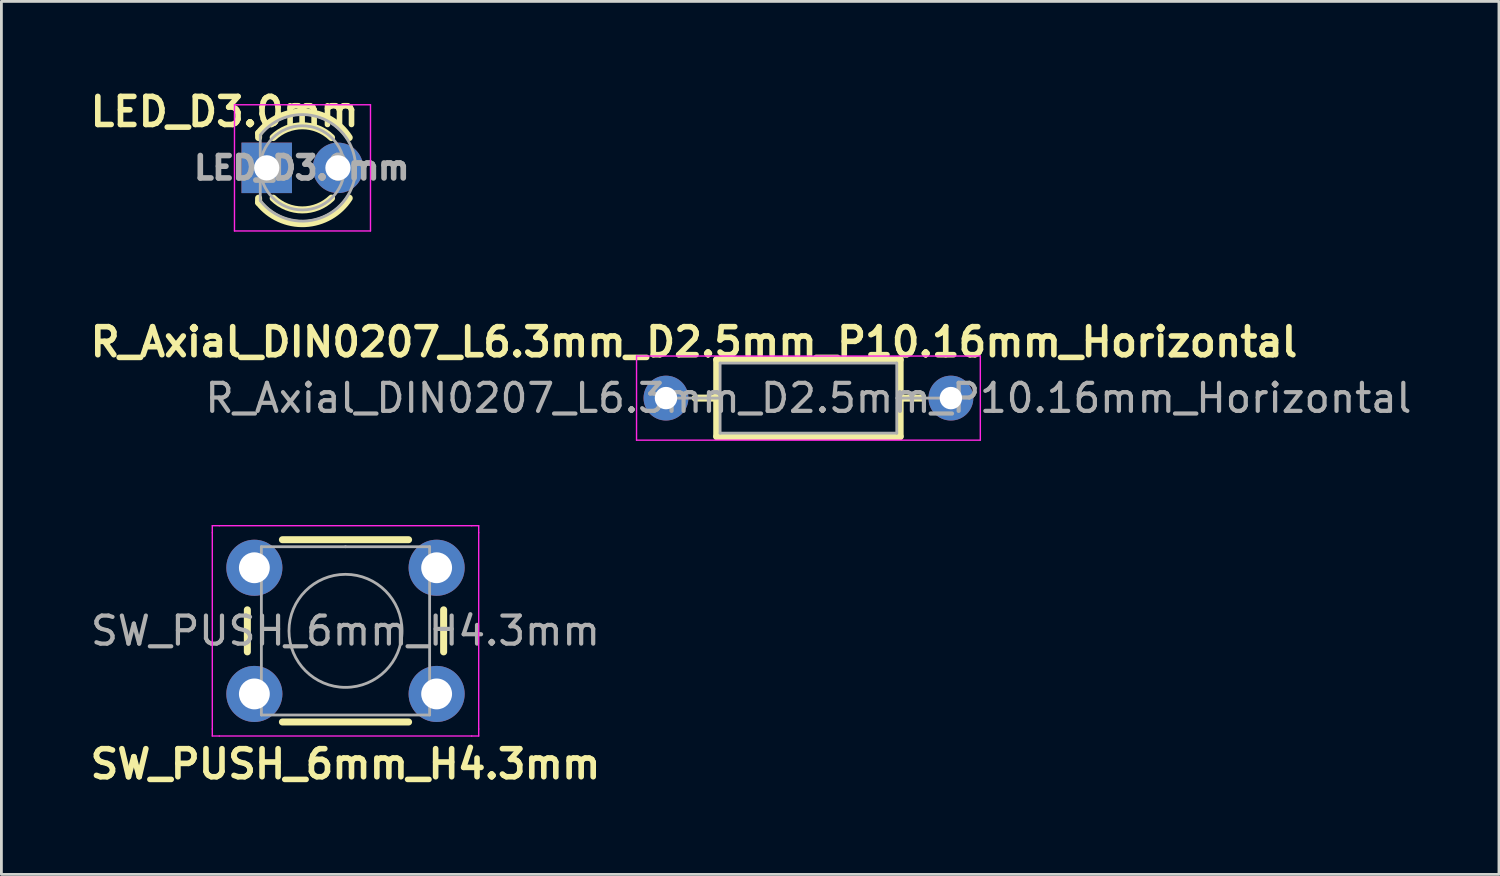
<source format=kicad_pcb>
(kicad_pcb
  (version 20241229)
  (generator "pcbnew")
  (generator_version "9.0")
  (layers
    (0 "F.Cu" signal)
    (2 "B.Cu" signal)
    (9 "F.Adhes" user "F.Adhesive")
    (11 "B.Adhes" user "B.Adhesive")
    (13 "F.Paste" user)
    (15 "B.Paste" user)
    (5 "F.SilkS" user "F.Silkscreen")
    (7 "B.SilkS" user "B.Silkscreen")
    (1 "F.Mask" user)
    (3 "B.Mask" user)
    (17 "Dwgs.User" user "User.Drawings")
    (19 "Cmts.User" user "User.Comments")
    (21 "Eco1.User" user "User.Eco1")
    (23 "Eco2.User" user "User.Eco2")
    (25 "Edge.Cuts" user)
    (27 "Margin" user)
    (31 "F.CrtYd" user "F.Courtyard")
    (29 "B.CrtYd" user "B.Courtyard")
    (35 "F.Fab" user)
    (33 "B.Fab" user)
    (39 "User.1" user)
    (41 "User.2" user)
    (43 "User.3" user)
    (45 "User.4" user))
  (footprint "R_Axial_DIN0207_L6.3mm_D2.5mm_P10.16mm_Horizontal"
    (layer "F.Cu")
    (at 20.7 11.147)
    (property "Reference" "R_Axial_DIN0207_L6.3mm_D2.5mm_P10.16mm_Horizontal" (at 1 -2 0) (layer "F.SilkS") (effects (font (size 1 1) (thickness 0.2) (bold yes))))
    (attr through_hole)
    (fp_line (start 1.04 0) (end 1.81 0) (stroke (width 0.25) (type solid)) (layer "F.SilkS"))
    (fp_line (start 1.81 -1.37) (end 1.81 1.37) (stroke (width 0.25) (type solid)) (layer "F.SilkS"))
    (fp_line (start 1.81 1.37) (end 8.35 1.37) (stroke (width 0.25) (type solid)) (layer "F.SilkS"))
    (fp_line (start 8.35 -1.37) (end 1.81 -1.37) (stroke (width 0.25) (type solid)) (layer "F.SilkS"))
    (fp_line (start 8.35 1.37) (end 8.35 -1.37) (stroke (width 0.25) (type solid)) (layer "F.SilkS"))
    (fp_line (start 9.12 0) (end 8.35 0) (stroke (width 0.25) (type solid)) (layer "F.SilkS"))
    (fp_line (start -1.05 -1.5) (end -1.05 1.5) (stroke (width 0.05) (type solid)) (layer "F.CrtYd"))
    (fp_line (start -1.05 1.5) (end 11.21 1.5) (stroke (width 0.05) (type solid)) (layer "F.CrtYd"))
    (fp_line (start 11.21 -1.5) (end -1.05 -1.5) (stroke (width 0.05) (type solid)) (layer "F.CrtYd"))
    (fp_line (start 11.21 1.5) (end 11.21 -1.5) (stroke (width 0.05) (type solid)) (layer "F.CrtYd"))
    (fp_line (start 0 0) (end 1.93 0) (stroke (width 0.1) (type solid)) (layer "F.Fab"))
    (fp_line (start 1.93 -1.25) (end 1.93 1.25) (stroke (width 0.1) (type solid)) (layer "F.Fab"))
    (fp_line (start 1.93 1.25) (end 8.23 1.25) (stroke (width 0.1) (type solid)) (layer "F.Fab"))
    (fp_line (start 8.23 -1.25) (end 1.93 -1.25) (stroke (width 0.1) (type solid)) (layer "F.Fab"))
    (fp_line (start 8.23 1.25) (end 8.23 -1.25) (stroke (width 0.1) (type solid)) (layer "F.Fab"))
    (fp_line (start 10.16 0) (end 8.23 0) (stroke (width 0.1) (type solid)) (layer "F.Fab"))
    (fp_text user "${REFERENCE}" (at 5.08 0 0) (layer "F.Fab") (effects (font (size 1 1) (thickness 0.15))))
    (pad "1" thru_hole circle (at 0 0) (size 1.6 1.6) (drill 0.8) (layers "*.Cu" "*.Mask"))
    (pad "2" thru_hole oval (at 10.16 0) (size 1.6 1.6) (drill 0.8) (layers "*.Cu" "*.Mask")))
  (footprint "LED_D3.0mm"
    (layer "F.Cu")
    (at 6.462 2.936)
    (property "Reference" "LED_D3.0mm" (at -1.5 -2 0) (layer "F.SilkS") (effects (font (size 1 1) (thickness 0.2) (bold yes))))
    (attr through_hole)
    (fp_line (start -0.29 -1.236) (end -0.29 -1.08) (stroke (width 0.25) (type solid)) (layer "F.SilkS"))
    (fp_line (start -0.29 1.08) (end -0.29 1.236) (stroke (width 0.25) (type solid)) (layer "F.SilkS"))
    (fp_arc (start -0.29 -1.235516) (mid 1.366487 -1.987659) (end 2.942335 -1.078608) (stroke (width 0.25) (type solid)) (layer "F.SilkS"))
    (fp_arc (start 0.229039 -1.08) (mid 1.270117 -1.499999) (end 2.31113 -1.079837) (stroke (width 0.25) (type solid)) (layer "F.SilkS"))
    (fp_arc (start 2.31113 1.079837) (mid 1.270117 1.500001) (end 0.229039 1.08) (stroke (width 0.25) (type solid)) (layer "F.SilkS"))
    (fp_arc (start 2.942335 1.078608) (mid 1.366487 1.98766) (end -0.29 1.235516) (stroke (width 0.25) (type solid)) (layer "F.SilkS"))
    (fp_line (start -1.15 -2.25) (end -1.15 2.25) (stroke (width 0.05) (type solid)) (layer "F.CrtYd"))
    (fp_line (start -1.15 2.25) (end 3.7 2.25) (stroke (width 0.05) (type solid)) (layer "F.CrtYd"))
    (fp_line (start 3.7 -2.25) (end -1.15 -2.25) (stroke (width 0.05) (type solid)) (layer "F.CrtYd"))
    (fp_line (start 3.7 2.25) (end 3.7 -2.25) (stroke (width 0.05) (type solid)) (layer "F.CrtYd"))
    (fp_line (start -0.23 -1.166) (end -0.23 1.166) (stroke (width 0.1) (type solid)) (layer "F.Fab"))
    (fp_arc (start -0.23 -1.16619) (mid 3.17 0.000452) (end -0.230555 1.165476) (stroke (width 0.1) (type solid)) (layer "F.Fab"))
    (fp_circle (center 1.27 0) (end 2.77 0) (stroke (width 0.1) (type solid)) (fill no) (layer "F.Fab"))
    (fp_text user "${REFERENCE}" (at 1.25 0 0) (layer "F.Fab") (effects (font (size 0.8 0.8) (thickness 0.2))))
    (pad "1" thru_hole rect (at 0 0) (size 1.8 1.8) (drill 0.9) (layers "*.Cu" "*.Mask"))
    (pad "2" thru_hole circle (at 2.54 0) (size 1.8 1.8) (drill 0.9) (layers "*.Cu" "*.Mask")))
  (footprint "SW_PUSH_6mm_H4.3mm"
    (layer "F.Cu")
    (at 6.021 17.197)
    (property "Reference" "SW_PUSH_6mm_H4.3mm" (at 3.25 7 0) (layer "F.SilkS") (effects (font (size 1 1) (thickness 0.2) (bold yes))))
    (attr through_hole)
    (fp_line (start -0.25 1.5) (end -0.25 3) (stroke (width 0.25) (type solid)) (layer "F.SilkS"))
    (fp_line (start 1 5.5) (end 5.5 5.5) (stroke (width 0.25) (type solid)) (layer "F.SilkS"))
    (fp_line (start 5.5 -1) (end 1 -1) (stroke (width 0.25) (type solid)) (layer "F.SilkS"))
    (fp_line (start 6.75 3) (end 6.75 1.5) (stroke (width 0.25) (type solid)) (layer "F.SilkS"))
    (fp_line (start -1.5 -1.5) (end -1.25 -1.5) (stroke (width 0.05) (type solid)) (layer "F.CrtYd"))
    (fp_line (start -1.5 -1.25) (end -1.5 -1.5) (stroke (width 0.05) (type solid)) (layer "F.CrtYd"))
    (fp_line (start -1.5 5.75) (end -1.5 -1.25) (stroke (width 0.05) (type solid)) (layer "F.CrtYd"))
    (fp_line (start -1.5 5.75) (end -1.5 6) (stroke (width 0.05) (type solid)) (layer "F.CrtYd"))
    (fp_line (start -1.5 6) (end -1.25 6) (stroke (width 0.05) (type solid)) (layer "F.CrtYd"))
    (fp_line (start -1.25 -1.5) (end 7.75 -1.5) (stroke (width 0.05) (type solid)) (layer "F.CrtYd"))
    (fp_line (start 7.75 -1.5) (end 8 -1.5) (stroke (width 0.05) (type solid)) (layer "F.CrtYd"))
    (fp_line (start 7.75 6) (end -1.25 6) (stroke (width 0.05) (type solid)) (layer "F.CrtYd"))
    (fp_line (start 7.75 6) (end 8 6) (stroke (width 0.05) (type solid)) (layer "F.CrtYd"))
    (fp_line (start 8 -1.5) (end 8 -1.25) (stroke (width 0.05) (type solid)) (layer "F.CrtYd"))
    (fp_line (start 8 -1.25) (end 8 5.75) (stroke (width 0.05) (type solid)) (layer "F.CrtYd"))
    (fp_line (start 8 6) (end 8 5.75) (stroke (width 0.05) (type solid)) (layer "F.CrtYd"))
    (fp_line (start 0.25 -0.75) (end 3.25 -0.75) (stroke (width 0.1) (type solid)) (layer "F.Fab"))
    (fp_line (start 0.25 5.25) (end 0.25 -0.75) (stroke (width 0.1) (type solid)) (layer "F.Fab"))
    (fp_line (start 3.25 -0.75) (end 6.25 -0.75) (stroke (width 0.1) (type solid)) (layer "F.Fab"))
    (fp_line (start 6.25 -0.75) (end 6.25 5.25) (stroke (width 0.1) (type solid)) (layer "F.Fab"))
    (fp_line (start 6.25 5.25) (end 0.25 5.25) (stroke (width 0.1) (type solid)) (layer "F.Fab"))
    (fp_circle (center 3.25 2.25) (end 1.25 2.5) (stroke (width 0.1) (type solid)) (fill no) (layer "F.Fab"))
    (fp_text user "${REFERENCE}" (at 3.25 2.25 0) (layer "F.Fab") (effects (font (size 1 1) (thickness 0.15))))
    (pad "1" thru_hole circle (at 0 0 90) (size 2 2) (drill 1.1) (layers "*.Cu" "*.Mask"))
    (pad "1" thru_hole circle (at 6.5 0 90) (size 2 2) (drill 1.1) (layers "*.Cu" "*.Mask"))
    (pad "2" thru_hole circle (at 0 4.5 90) (size 2 2) (drill 1.1) (layers "*.Cu" "*.Mask"))
    (pad "2" thru_hole circle (at 6.5 4.5 90) (size 2 2) (drill 1.1) (layers "*.Cu" "*.Mask")))
  (gr_rect
    (start -3 -3)
    (end 50.405 28.133)
    (stroke (width 0.1) (type default))
    (fill no)
    (layer "Edge.Cuts")))
</source>
